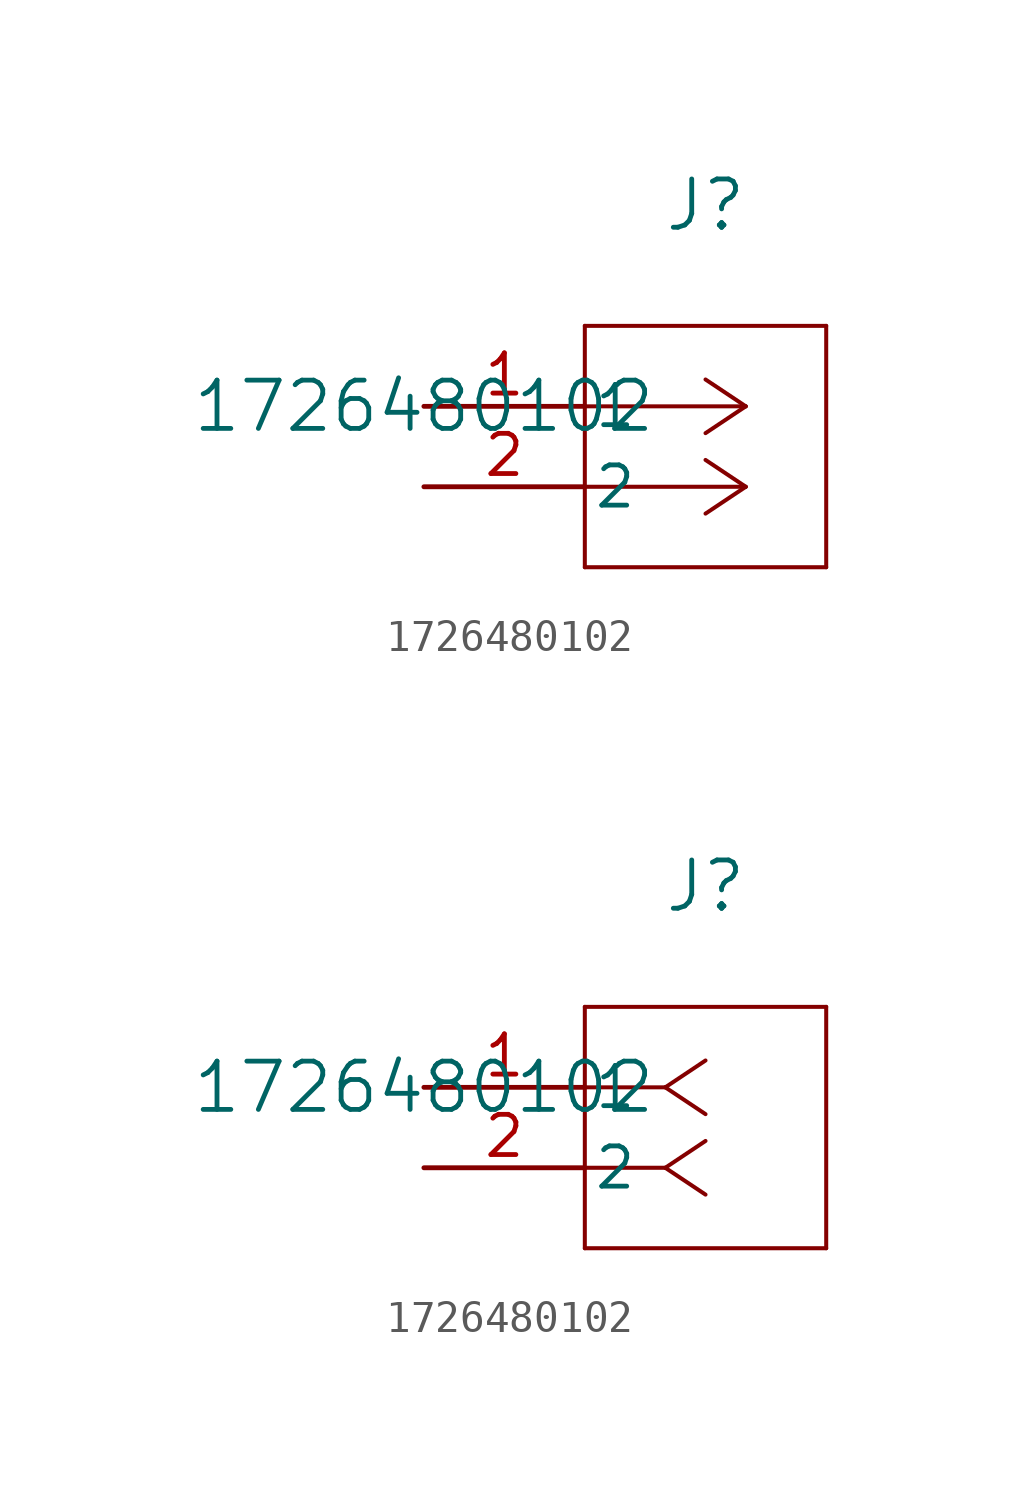
<source format=kicad_sym>
(kicad_symbol_lib
  (version 20211014)
  (generator kicad_symbol_editor)
  (symbol "1726480102"
    (pin_names
      (offset 0.254))
    (property "Reference" "J"
      (at 8.89 6.35 0)
      (effects (font (size 1.524 1.524))))
    (property "Value" "1726480102"
      (at 0 0 0)
      (effects (font (size 1.524 1.524))))
    (symbol "1726480102_1_1"
      (polyline (pts (xy 10.16 0) (xy 5.08 0)) (stroke (width 0.127) (type default) (color 0 0 0 0)) (fill (type none)))
      (polyline (pts (xy 10.16 -2.54) (xy 5.08 -2.54)) (stroke (width 0.127) (type default) (color 0 0 0 0)) (fill (type none)))
      (polyline (pts (xy 10.16 0) (xy 8.89 0.847)) (stroke (width 0.127) (type default) (color 0 0 0 0)) (fill (type none)))
      (polyline (pts (xy 10.16 -2.54) (xy 8.89 -1.693)) (stroke (width 0.127) (type default) (color 0 0 0 0)) (fill (type none)))
      (polyline (pts (xy 10.16 0) (xy 8.89 -0.847)) (stroke (width 0.127) (type default) (color 0 0 0 0)) (fill (type none)))
      (polyline (pts (xy 10.16 -2.54) (xy 8.89 -3.387)) (stroke (width 0.127) (type default) (color 0 0 0 0)) (fill (type none)))
      (polyline (pts (xy 5.08 2.54) (xy 5.08 -5.08)) (stroke (width 0.127) (type default) (color 0 0 0 0)) (fill (type none)))
      (polyline (pts (xy 5.08 -5.08) (xy 12.7 -5.08)) (stroke (width 0.127) (type default) (color 0 0 0 0)) (fill (type none)))
      (polyline (pts (xy 12.7 -5.08) (xy 12.7 2.54)) (stroke (width 0.127) (type default) (color 0 0 0 0)) (fill (type none)))
      (polyline (pts (xy 12.7 2.54) (xy 5.08 2.54)) (stroke (width 0.127) (type default) (color 0 0 0 0)) (fill (type none)))
      (pin unspecified line (at 0 0 0) (length 5.08) (name "1" (effects (font (size 1.27 1.27)))) (number "1" (effects (font (size 1.27 1.27)))))
      (pin unspecified line (at 0 -2.54 0) (length 5.08) (name "2" (effects (font (size 1.27 1.27)))) (number "2" (effects (font (size 1.27 1.27))))))
    (symbol "1726480102_1_2"
      (polyline (pts (xy 7.62 0) (xy 5.08 0)) (stroke (width 0.127) (type default) (color 0 0 0 0)) (fill (type none)))
      (polyline (pts (xy 7.62 -2.54) (xy 5.08 -2.54)) (stroke (width 0.127) (type default) (color 0 0 0 0)) (fill (type none)))
      (polyline (pts (xy 7.62 0) (xy 8.89 0.847)) (stroke (width 0.127) (type default) (color 0 0 0 0)) (fill (type none)))
      (polyline (pts (xy 7.62 -2.54) (xy 8.89 -1.693)) (stroke (width 0.127) (type default) (color 0 0 0 0)) (fill (type none)))
      (polyline (pts (xy 7.62 0) (xy 8.89 -0.847)) (stroke (width 0.127) (type default) (color 0 0 0 0)) (fill (type none)))
      (polyline (pts (xy 7.62 -2.54) (xy 8.89 -3.387)) (stroke (width 0.127) (type default) (color 0 0 0 0)) (fill (type none)))
      (polyline (pts (xy 5.08 2.54) (xy 5.08 -5.08)) (stroke (width 0.127) (type default) (color 0 0 0 0)) (fill (type none)))
      (polyline (pts (xy 5.08 -5.08) (xy 12.7 -5.08)) (stroke (width 0.127) (type default) (color 0 0 0 0)) (fill (type none)))
      (polyline (pts (xy 12.7 -5.08) (xy 12.7 2.54)) (stroke (width 0.127) (type default) (color 0 0 0 0)) (fill (type none)))
      (polyline (pts (xy 12.7 2.54) (xy 5.08 2.54)) (stroke (width 0.127) (type default) (color 0 0 0 0)) (fill (type none)))
      (pin unspecified line (at 0 0 0) (length 5.08) (name "1" (effects (font (size 1.27 1.27)))) (number "1" (effects (font (size 1.27 1.27)))))
      (pin unspecified line (at 0 -2.54 0) (length 5.08) (name "2" (effects (font (size 1.27 1.27)))) (number "2" (effects (font (size 1.27 1.27))))))))
</source>
